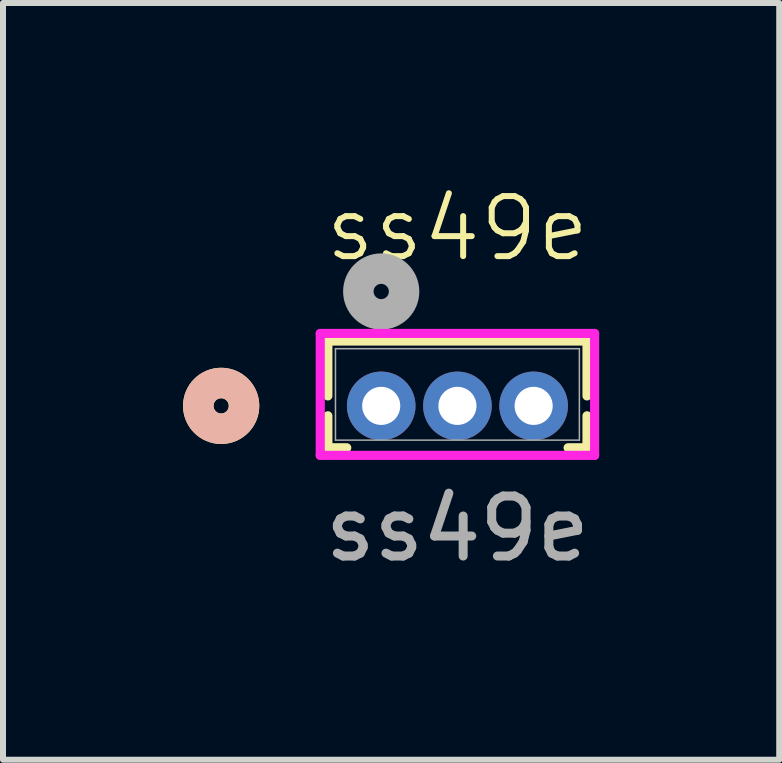
<source format=kicad_pcb>
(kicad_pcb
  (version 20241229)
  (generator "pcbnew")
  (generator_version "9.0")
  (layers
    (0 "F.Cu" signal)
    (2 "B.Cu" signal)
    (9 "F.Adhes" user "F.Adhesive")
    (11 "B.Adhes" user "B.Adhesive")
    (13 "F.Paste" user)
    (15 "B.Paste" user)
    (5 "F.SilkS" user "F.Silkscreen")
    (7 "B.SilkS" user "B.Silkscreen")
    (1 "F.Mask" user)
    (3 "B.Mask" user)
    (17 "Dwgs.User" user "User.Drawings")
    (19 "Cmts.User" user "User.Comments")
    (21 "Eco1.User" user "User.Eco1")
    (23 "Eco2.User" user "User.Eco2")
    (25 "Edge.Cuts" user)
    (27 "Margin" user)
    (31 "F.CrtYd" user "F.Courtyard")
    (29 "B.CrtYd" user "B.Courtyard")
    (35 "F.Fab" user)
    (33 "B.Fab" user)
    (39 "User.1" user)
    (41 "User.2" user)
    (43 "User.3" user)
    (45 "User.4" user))
  (footprint "ss49e"
    (layer "F.Cu")
    (at 4.572 1.26)
    (property "Reference" "ss49e" (at 0 -0.5 0) (unlocked yes) (layer "F.SilkS") (effects (font (size 1 1) (thickness 0.1))))
    (attr smd)
    (fp_line (start -2.159 1.373) (end -2.159 2.287) (stroke (width 0.152) (type solid)) (layer "F.SilkS"))
    (fp_line (start -2.159 2.618) (end -2.159 3.151) (stroke (width 0.152) (type solid)) (layer "F.SilkS"))
    (fp_line (start -2.159 3.151) (end -1.844 3.151) (stroke (width 0.152) (type solid)) (layer "F.SilkS"))
    (fp_line (start 1.844 3.151) (end 2.159 3.151) (stroke (width 0.152) (type solid)) (layer "F.SilkS"))
    (fp_line (start 2.159 1.373) (end -2.159 1.373) (stroke (width 0.152) (type solid)) (layer "F.SilkS"))
    (fp_line (start 2.159 2.287) (end 2.159 1.373) (stroke (width 0.152) (type solid)) (layer "F.SilkS"))
    (fp_line (start 2.159 3.151) (end 2.159 2.618) (stroke (width 0.152) (type solid)) (layer "F.SilkS"))
    (fp_circle (center -3.937 2.453) (end -3.556 2.453) (stroke (width 0.508) (type solid)) (fill no) (layer "F.SilkS"))
    (fp_circle (center -3.937 2.453) (end -3.556 2.453) (stroke (width 0.508) (type solid)) (fill no) (layer "B.SilkS"))
    (fp_line (start -2.286 1.246) (end -2.286 3.278) (stroke (width 0.152) (type solid)) (layer "F.CrtYd"))
    (fp_line (start -2.286 3.278) (end 2.286 3.278) (stroke (width 0.152) (type solid)) (layer "F.CrtYd"))
    (fp_line (start 2.286 1.246) (end -2.286 1.246) (stroke (width 0.152) (type solid)) (layer "F.CrtYd"))
    (fp_line (start 2.286 3.278) (end 2.286 1.246) (stroke (width 0.152) (type solid)) (layer "F.CrtYd"))
    (fp_line (start -2.032 1.5) (end -2.032 3.024) (stroke (width 0.025) (type solid)) (layer "F.Fab"))
    (fp_line (start -2.032 3.024) (end 2.032 3.024) (stroke (width 0.025) (type solid)) (layer "F.Fab"))
    (fp_line (start 2.032 1.5) (end -2.032 1.5) (stroke (width 0.025) (type solid)) (layer "F.Fab"))
    (fp_line (start 2.032 3.024) (end 2.032 1.5) (stroke (width 0.025) (type solid)) (layer "F.Fab"))
    (fp_circle (center -1.27 0.547) (end -0.889 0.547) (stroke (width 0.508) (type solid)) (fill no) (layer "F.Fab"))
    (fp_text user "${REFERENCE}" (at 0 4.5 0) (unlocked yes) (layer "F.Fab") (effects (font (size 1 1) (thickness 0.15))))
    (pad "1" thru_hole circle (at 1.27 2.453) (size 1.143 1.143) (drill 0.635) (layers "*.Cu" "*.Mask"))
    (pad "2" thru_hole circle (at 0 2.453) (size 1.143 1.143) (drill 0.635) (layers "*.Cu" "*.Mask"))
    (pad "3" thru_hole circle (at -1.27 2.453) (size 1.143 1.143) (drill 0.635) (layers "*.Cu" "*.Mask")))
  (gr_rect
    (start -3 -3)
    (end 9.934 9.609)
    (stroke (width 0.1) (type default))
    (fill no)
    (layer "Edge.Cuts")))
</source>
